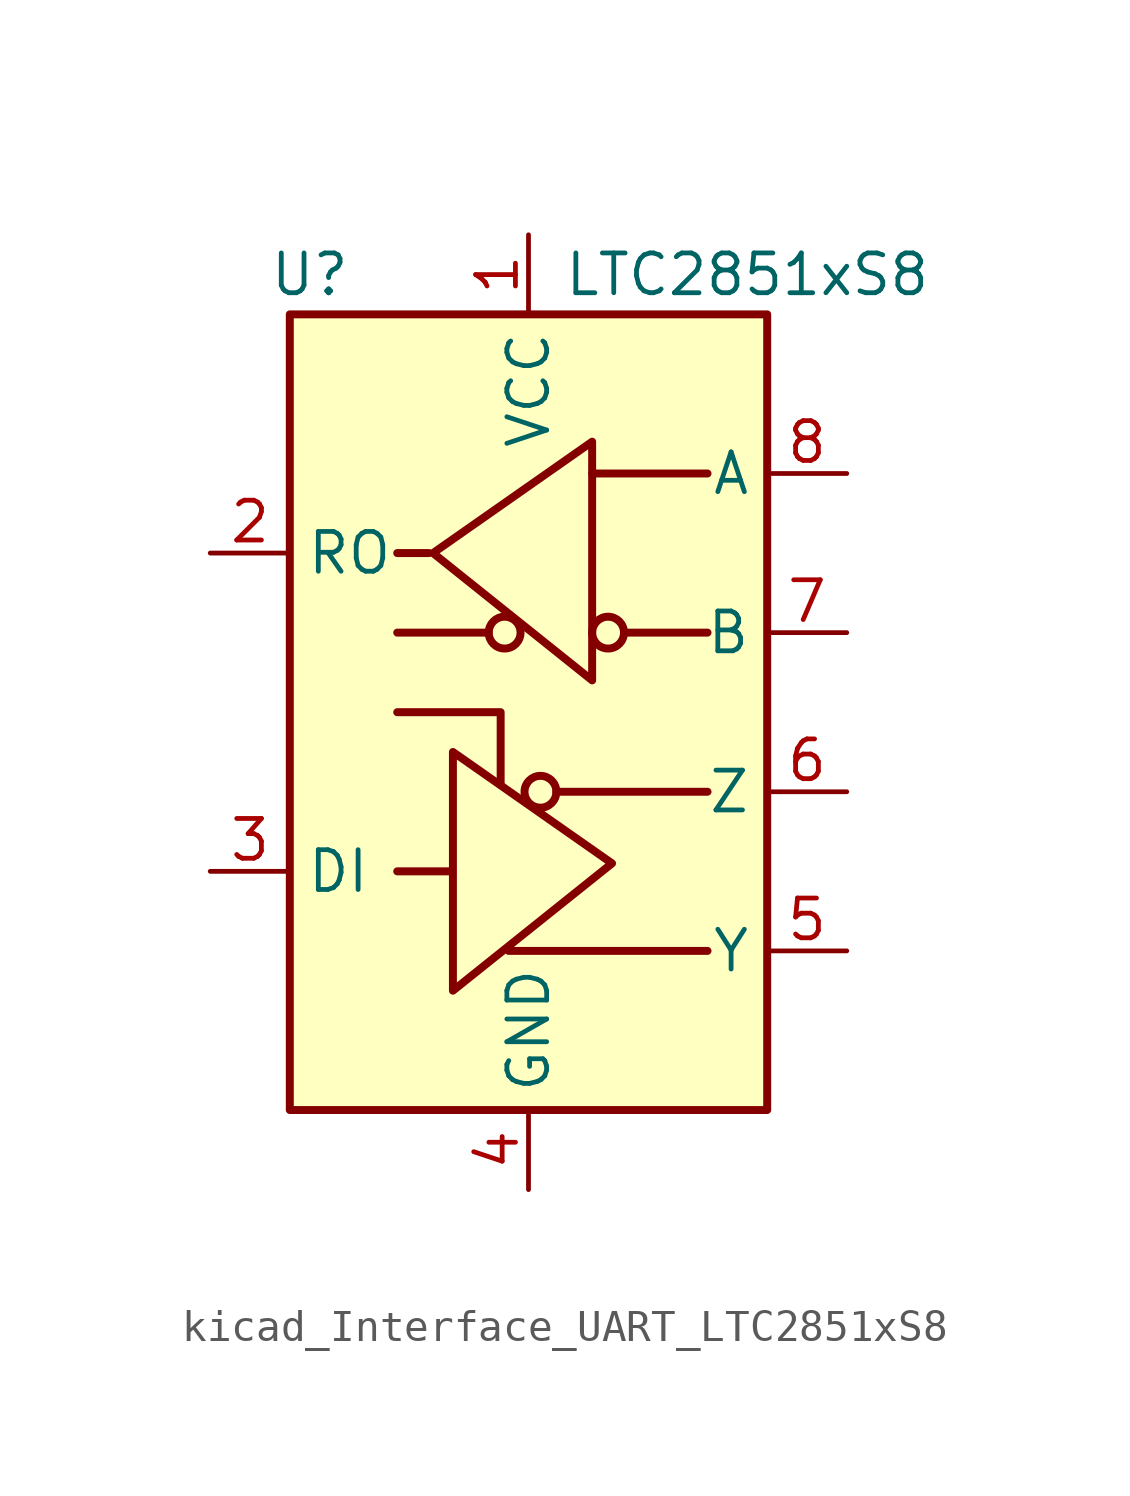
<source format=kicad_sym>
(kicad_symbol_lib
  (version 20220914)
  (generator kicad_symbol_editor)
  (symbol "kicad_Interface_UART_LTC2851xS8"
    (property "Reference" "U"
      (at -6.985 13.97 0)
      (effects (font (size 1.27 1.27))))
    (property "Value" "LTC2851xS8"
      (at 6.985 13.97 0)
      (effects (font (size 1.27 1.27))))
    (symbol "kicad_Interface_UART_LTC2851xS8_0_1"
      (rectangle (start -7.62 12.7) (end 7.62 -12.7) (stroke (width 0.254) (type default)) (fill (type background))))
    (symbol "kicad_Interface_UART_LTC2851xS8_1_1"
      (circle (center -0.762 2.54) (radius 0.508) (stroke (width 0.254) (type default)) (fill (type none)))
      (polyline (pts (xy -4.191 2.54) (xy -1.27 2.54)) (stroke (width 0.254) (type default)) (fill (type none)))
      (polyline (pts (xy -2.54 -5.08) (xy -4.191 -5.08)) (stroke (width 0.254) (type default)) (fill (type none)))
      (polyline (pts (xy -0.635 -7.62) (xy 5.715 -7.62)) (stroke (width 0.254) (type default)) (fill (type none)))
      (polyline (pts (xy 0.889 -2.54) (xy 5.715 -2.54)) (stroke (width 0.254) (type default)) (fill (type none)))
      (polyline (pts (xy 2.032 7.62) (xy 5.715 7.62)) (stroke (width 0.254) (type default)) (fill (type none)))
      (polyline (pts (xy 3.048 2.54) (xy 5.715 2.54)) (stroke (width 0.254) (type default)) (fill (type none)))
      (polyline (pts (xy -4.191 0) (xy -0.889 0) (xy -0.889 -2.286)) (stroke (width 0.254) (type default)) (fill (type none)))
      (polyline (pts (xy -3.175 5.08) (xy -4.191 5.08) (xy -4.064 5.08)) (stroke (width 0.254) (type default)) (fill (type none)))
      (polyline (pts (xy -2.413 -5.08) (xy -2.413 -1.27) (xy 2.667 -4.826) (xy -2.413 -8.89) (xy -2.413 -5.08)) (stroke (width 0.254) (type default)) (fill (type none)))
      (polyline (pts (xy 2.032 4.826) (xy 2.032 8.636) (xy -3.048 5.08) (xy 2.032 1.016) (xy 2.032 4.826)) (stroke (width 0.254) (type default)) (fill (type none)))
      (circle (center 0.381 -2.54) (radius 0.508) (stroke (width 0.254) (type default)) (fill (type none)))
      (circle (center 2.54 2.54) (radius 0.508) (stroke (width 0.254) (type default)) (fill (type none)))
      (pin power_in line (at 0 15.24 270) (length 2.54) (name "VCC" (effects (font (size 1.27 1.27)))) (number "1" (effects (font (size 1.27 1.27)))))
      (pin output line (at -10.16 5.08 0) (length 2.54) (name "RO" (effects (font (size 1.27 1.27)))) (number "2" (effects (font (size 1.27 1.27)))))
      (pin input line (at -10.16 -5.08 0) (length 2.54) (name "DI" (effects (font (size 1.27 1.27)))) (number "3" (effects (font (size 1.27 1.27)))))
      (pin power_in line (at 0 -15.24 90) (length 2.54) (name "GND" (effects (font (size 1.27 1.27)))) (number "4" (effects (font (size 1.27 1.27)))))
      (pin output line (at 10.16 -7.62 180) (length 2.54) (name "Y" (effects (font (size 1.27 1.27)))) (number "5" (effects (font (size 1.27 1.27)))))
      (pin output line (at 10.16 -2.54 180) (length 2.54) (name "Z" (effects (font (size 1.27 1.27)))) (number "6" (effects (font (size 1.27 1.27)))))
      (pin input line (at 10.16 2.54 180) (length 2.54) (name "B" (effects (font (size 1.27 1.27)))) (number "7" (effects (font (size 1.27 1.27)))))
      (pin input line (at 10.16 7.62 180) (length 2.54) (name "A" (effects (font (size 1.27 1.27)))) (number "8" (effects (font (size 1.27 1.27))))))))
</source>
